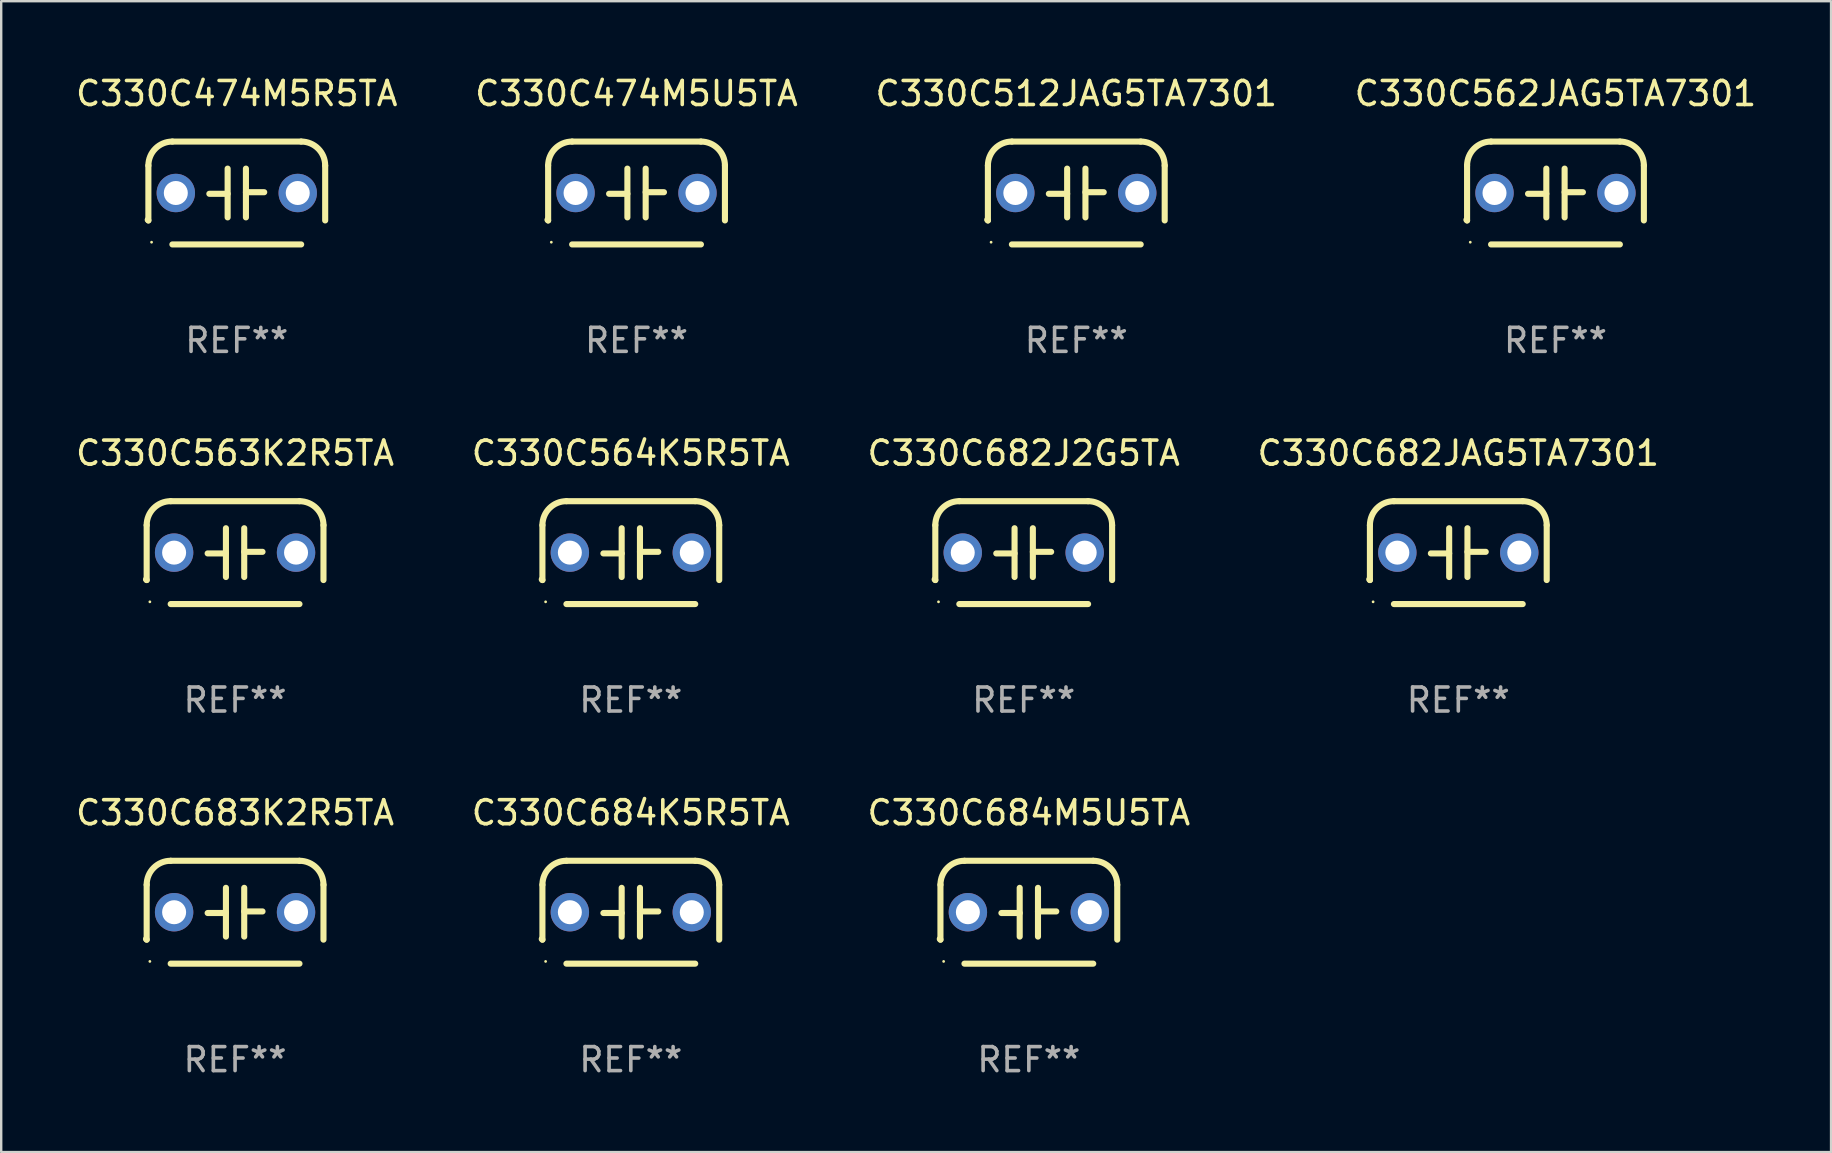
<source format=kicad_pcb>
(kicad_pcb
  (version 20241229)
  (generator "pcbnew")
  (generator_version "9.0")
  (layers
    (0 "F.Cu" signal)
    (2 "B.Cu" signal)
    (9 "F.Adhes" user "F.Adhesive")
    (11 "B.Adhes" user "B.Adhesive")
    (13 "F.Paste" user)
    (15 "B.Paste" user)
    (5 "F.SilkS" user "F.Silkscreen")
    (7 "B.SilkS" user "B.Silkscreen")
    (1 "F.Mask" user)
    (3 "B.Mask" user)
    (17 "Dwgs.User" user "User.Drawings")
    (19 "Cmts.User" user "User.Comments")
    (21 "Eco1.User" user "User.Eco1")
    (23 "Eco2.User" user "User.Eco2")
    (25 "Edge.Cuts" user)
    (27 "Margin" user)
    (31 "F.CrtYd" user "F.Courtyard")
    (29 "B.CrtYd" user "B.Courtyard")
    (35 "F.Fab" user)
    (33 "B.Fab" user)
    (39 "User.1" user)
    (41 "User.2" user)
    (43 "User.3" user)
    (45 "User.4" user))
  (footprint "C330C682J2G5TA"
    (layer "F.Cu")
    (at 39.601 19.974)
    (property "Reference" "C330C682J2G5TA" (at 0 -4.143 0) (layer "F.SilkS") (effects (font (size 1 1) (thickness 0.15))))
    (attr through_hole)
    (fp_line (start -3.683 -1.143) (end -3.683 1.143) (stroke (width 0.254) (type solid)) (layer "F.SilkS"))
    (fp_line (start -2.683 -2.143) (end 2.683 -2.143) (stroke (width 0.254) (type solid)) (layer "F.SilkS"))
    (fp_line (start -0.381 0.033) (end -1.143 0.033) (stroke (width 0.254) (type solid)) (layer "F.SilkS"))
    (fp_line (start -0.381 1.016) (end -0.381 -1.016) (stroke (width 0.254) (type solid)) (layer "F.SilkS"))
    (fp_line (start 0.381 -1.016) (end 0.381 1.016) (stroke (width 0.254) (type solid)) (layer "F.SilkS"))
    (fp_line (start 0.381 -0.033) (end 1.143 -0.033) (stroke (width 0.254) (type solid)) (layer "F.SilkS"))
    (fp_line (start 2.683 2.143) (end -2.683 2.143) (stroke (width 0.254) (type solid)) (layer "F.SilkS"))
    (fp_line (start 3.683 1.143) (end 3.683 -1.143) (stroke (width 0.254) (type solid)) (layer "F.SilkS"))
    (fp_arc (start -3.710292 1.115763) (mid -3.696656 1.129383) (end -3.68302 1.143002) (stroke (width 0.254001) (type solid)) (layer "F.SilkS"))
    (fp_arc (start -3.682994 -1.142977) (mid -3.390088 -1.850114) (end -2.682944 -2.143002) (stroke (width 0.254001) (type solid)) (layer "F.SilkS"))
    (fp_arc (start 2.682994 -2.143028) (mid 3.390106 -1.850122) (end 3.682995 -1.143002) (stroke (width 0.254001) (type solid)) (layer "F.SilkS"))
    (fp_circle (center -3.55 2.05) (end -3.52 2.05) (stroke (width 0.06) (type solid)) (fill no) (layer "F.SilkS"))
    (fp_text user "REF**" (at 0 6.143 0) (layer "F.Fab") (effects (font (size 1 1) (thickness 0.15))))
    (pad "1" thru_hole circle (at -2.54 0) (size 1.6 1.6) (drill 1) (layers "*.Cu" "*.Mask"))
    (pad "2" thru_hole circle (at 2.54 0) (size 1.6 1.6) (drill 1) (layers "*.Cu" "*.Mask")))
  (footprint "C330C684K5R5TA"
    (layer "F.Cu")
    (at 23.232 34.956)
    (property "Reference" "C330C684K5R5TA" (at 0 -4.143 0) (layer "F.SilkS") (effects (font (size 1 1) (thickness 0.15))))
    (attr through_hole)
    (fp_line (start -3.683 -1.143) (end -3.683 1.143) (stroke (width 0.254) (type solid)) (layer "F.SilkS"))
    (fp_line (start -2.683 -2.143) (end 2.683 -2.143) (stroke (width 0.254) (type solid)) (layer "F.SilkS"))
    (fp_line (start -0.381 0.033) (end -1.143 0.033) (stroke (width 0.254) (type solid)) (layer "F.SilkS"))
    (fp_line (start -0.381 1.016) (end -0.381 -1.016) (stroke (width 0.254) (type solid)) (layer "F.SilkS"))
    (fp_line (start 0.381 -1.016) (end 0.381 1.016) (stroke (width 0.254) (type solid)) (layer "F.SilkS"))
    (fp_line (start 0.381 -0.033) (end 1.143 -0.033) (stroke (width 0.254) (type solid)) (layer "F.SilkS"))
    (fp_line (start 2.683 2.143) (end -2.683 2.143) (stroke (width 0.254) (type solid)) (layer "F.SilkS"))
    (fp_line (start 3.683 1.143) (end 3.683 -1.143) (stroke (width 0.254) (type solid)) (layer "F.SilkS"))
    (fp_arc (start -3.710292 1.115763) (mid -3.696656 1.129383) (end -3.68302 1.143002) (stroke (width 0.254001) (type solid)) (layer "F.SilkS"))
    (fp_arc (start -3.682994 -1.142977) (mid -3.390088 -1.850114) (end -2.682944 -2.143002) (stroke (width 0.254001) (type solid)) (layer "F.SilkS"))
    (fp_arc (start 2.682994 -2.143028) (mid 3.390106 -1.850122) (end 3.682995 -1.143002) (stroke (width 0.254001) (type solid)) (layer "F.SilkS"))
    (fp_circle (center -3.55 2.05) (end -3.52 2.05) (stroke (width 0.06) (type solid)) (fill no) (layer "F.SilkS"))
    (fp_text user "REF**" (at 0 6.143 0) (layer "F.Fab") (effects (font (size 1 1) (thickness 0.15))))
    (pad "1" thru_hole circle (at -2.54 0) (size 1.6 1.6) (drill 1) (layers "*.Cu" "*.Mask"))
    (pad "2" thru_hole circle (at 2.54 0) (size 1.6 1.6) (drill 1) (layers "*.Cu" "*.Mask")))
  (footprint "C330C682JAG5TA7301"
    (layer "F.Cu")
    (at 57.708 19.974)
    (property "Reference" "C330C682JAG5TA7301" (at 0 -4.143 0) (layer "F.SilkS") (effects (font (size 1 1) (thickness 0.15))))
    (attr through_hole)
    (fp_line (start -3.683 -1.143) (end -3.683 1.143) (stroke (width 0.254) (type solid)) (layer "F.SilkS"))
    (fp_line (start -2.683 -2.143) (end 2.683 -2.143) (stroke (width 0.254) (type solid)) (layer "F.SilkS"))
    (fp_line (start -0.381 0.033) (end -1.143 0.033) (stroke (width 0.254) (type solid)) (layer "F.SilkS"))
    (fp_line (start -0.381 1.016) (end -0.381 -1.016) (stroke (width 0.254) (type solid)) (layer "F.SilkS"))
    (fp_line (start 0.381 -1.016) (end 0.381 1.016) (stroke (width 0.254) (type solid)) (layer "F.SilkS"))
    (fp_line (start 0.381 -0.033) (end 1.143 -0.033) (stroke (width 0.254) (type solid)) (layer "F.SilkS"))
    (fp_line (start 2.683 2.143) (end -2.683 2.143) (stroke (width 0.254) (type solid)) (layer "F.SilkS"))
    (fp_line (start 3.683 1.143) (end 3.683 -1.143) (stroke (width 0.254) (type solid)) (layer "F.SilkS"))
    (fp_arc (start -3.710292 1.115763) (mid -3.696656 1.129383) (end -3.68302 1.143002) (stroke (width 0.254001) (type solid)) (layer "F.SilkS"))
    (fp_arc (start -3.682994 -1.142977) (mid -3.390088 -1.850114) (end -2.682944 -2.143002) (stroke (width 0.254001) (type solid)) (layer "F.SilkS"))
    (fp_arc (start 2.682994 -2.143028) (mid 3.390106 -1.850122) (end 3.682995 -1.143002) (stroke (width 0.254001) (type solid)) (layer "F.SilkS"))
    (fp_circle (center -3.55 2.05) (end -3.52 2.05) (stroke (width 0.06) (type solid)) (fill no) (layer "F.SilkS"))
    (fp_text user "REF**" (at 0 6.143 0) (layer "F.Fab") (effects (font (size 1 1) (thickness 0.15))))
    (pad "1" thru_hole circle (at -2.54 0) (size 1.6 1.6) (drill 1) (layers "*.Cu" "*.Mask"))
    (pad "2" thru_hole circle (at 2.54 0) (size 1.6 1.6) (drill 1) (layers "*.Cu" "*.Mask")))
  (footprint "C330C683K2R5TA"
    (layer "F.Cu")
    (at 6.744 34.956)
    (property "Reference" "C330C683K2R5TA" (at 0 -4.143 0) (layer "F.SilkS") (effects (font (size 1 1) (thickness 0.15))))
    (attr through_hole)
    (fp_line (start -3.683 -1.143) (end -3.683 1.143) (stroke (width 0.254) (type solid)) (layer "F.SilkS"))
    (fp_line (start -2.683 -2.143) (end 2.683 -2.143) (stroke (width 0.254) (type solid)) (layer "F.SilkS"))
    (fp_line (start -0.381 0.033) (end -1.143 0.033) (stroke (width 0.254) (type solid)) (layer "F.SilkS"))
    (fp_line (start -0.381 1.016) (end -0.381 -1.016) (stroke (width 0.254) (type solid)) (layer "F.SilkS"))
    (fp_line (start 0.381 -1.016) (end 0.381 1.016) (stroke (width 0.254) (type solid)) (layer "F.SilkS"))
    (fp_line (start 0.381 -0.033) (end 1.143 -0.033) (stroke (width 0.254) (type solid)) (layer "F.SilkS"))
    (fp_line (start 2.683 2.143) (end -2.683 2.143) (stroke (width 0.254) (type solid)) (layer "F.SilkS"))
    (fp_line (start 3.683 1.143) (end 3.683 -1.143) (stroke (width 0.254) (type solid)) (layer "F.SilkS"))
    (fp_arc (start -3.710292 1.115763) (mid -3.696656 1.129383) (end -3.68302 1.143002) (stroke (width 0.254001) (type solid)) (layer "F.SilkS"))
    (fp_arc (start -3.682994 -1.142977) (mid -3.390088 -1.850114) (end -2.682944 -2.143002) (stroke (width 0.254001) (type solid)) (layer "F.SilkS"))
    (fp_arc (start 2.682994 -2.143028) (mid 3.390106 -1.850122) (end 3.682995 -1.143002) (stroke (width 0.254001) (type solid)) (layer "F.SilkS"))
    (fp_circle (center -3.55 2.05) (end -3.52 2.05) (stroke (width 0.06) (type solid)) (fill no) (layer "F.SilkS"))
    (fp_text user "REF**" (at 0 6.143 0) (layer "F.Fab") (effects (font (size 1 1) (thickness 0.15))))
    (pad "1" thru_hole circle (at -2.54 0) (size 1.6 1.6) (drill 1) (layers "*.Cu" "*.Mask"))
    (pad "2" thru_hole circle (at 2.54 0) (size 1.6 1.6) (drill 1) (layers "*.Cu" "*.Mask")))
  (footprint "C330C474M5R5TA"
    (layer "F.Cu")
    (at 6.815 4.991)
    (property "Reference" "C330C474M5R5TA" (at 0 -4.143 0) (layer "F.SilkS") (effects (font (size 1 1) (thickness 0.15))))
    (attr through_hole)
    (fp_line (start -3.683 -1.143) (end -3.683 1.143) (stroke (width 0.254) (type solid)) (layer "F.SilkS"))
    (fp_line (start -2.683 -2.143) (end 2.683 -2.143) (stroke (width 0.254) (type solid)) (layer "F.SilkS"))
    (fp_line (start -0.381 0.033) (end -1.143 0.033) (stroke (width 0.254) (type solid)) (layer "F.SilkS"))
    (fp_line (start -0.381 1.016) (end -0.381 -1.016) (stroke (width 0.254) (type solid)) (layer "F.SilkS"))
    (fp_line (start 0.381 -1.016) (end 0.381 1.016) (stroke (width 0.254) (type solid)) (layer "F.SilkS"))
    (fp_line (start 0.381 -0.033) (end 1.143 -0.033) (stroke (width 0.254) (type solid)) (layer "F.SilkS"))
    (fp_line (start 2.683 2.143) (end -2.683 2.143) (stroke (width 0.254) (type solid)) (layer "F.SilkS"))
    (fp_line (start 3.683 1.143) (end 3.683 -1.143) (stroke (width 0.254) (type solid)) (layer "F.SilkS"))
    (fp_arc (start -3.710292 1.115763) (mid -3.696656 1.129383) (end -3.68302 1.143002) (stroke (width 0.254001) (type solid)) (layer "F.SilkS"))
    (fp_arc (start -3.682994 -1.142977) (mid -3.390088 -1.850114) (end -2.682944 -2.143002) (stroke (width 0.254001) (type solid)) (layer "F.SilkS"))
    (fp_arc (start 2.682994 -2.143028) (mid 3.390106 -1.850122) (end 3.682995 -1.143002) (stroke (width 0.254001) (type solid)) (layer "F.SilkS"))
    (fp_circle (center -3.55 2.05) (end -3.52 2.05) (stroke (width 0.06) (type solid)) (fill no) (layer "F.SilkS"))
    (fp_text user "REF**" (at 0 6.143 0) (layer "F.Fab") (effects (font (size 1 1) (thickness 0.15))))
    (pad "1" thru_hole circle (at -2.54 0) (size 1.6 1.6) (drill 1) (layers "*.Cu" "*.Mask"))
    (pad "2" thru_hole circle (at 2.54 0) (size 1.6 1.6) (drill 1) (layers "*.Cu" "*.Mask")))
  (footprint "C330C684M5U5TA"
    (layer "F.Cu")
    (at 39.815 34.956)
    (property "Reference" "C330C684M5U5TA" (at 0 -4.143 0) (layer "F.SilkS") (effects (font (size 1 1) (thickness 0.15))))
    (attr through_hole)
    (fp_line (start -3.683 -1.143) (end -3.683 1.143) (stroke (width 0.254) (type solid)) (layer "F.SilkS"))
    (fp_line (start -2.683 -2.143) (end 2.683 -2.143) (stroke (width 0.254) (type solid)) (layer "F.SilkS"))
    (fp_line (start -0.381 0.033) (end -1.143 0.033) (stroke (width 0.254) (type solid)) (layer "F.SilkS"))
    (fp_line (start -0.381 1.016) (end -0.381 -1.016) (stroke (width 0.254) (type solid)) (layer "F.SilkS"))
    (fp_line (start 0.381 -1.016) (end 0.381 1.016) (stroke (width 0.254) (type solid)) (layer "F.SilkS"))
    (fp_line (start 0.381 -0.033) (end 1.143 -0.033) (stroke (width 0.254) (type solid)) (layer "F.SilkS"))
    (fp_line (start 2.683 2.143) (end -2.683 2.143) (stroke (width 0.254) (type solid)) (layer "F.SilkS"))
    (fp_line (start 3.683 1.143) (end 3.683 -1.143) (stroke (width 0.254) (type solid)) (layer "F.SilkS"))
    (fp_arc (start -3.710292 1.115763) (mid -3.696656 1.129383) (end -3.68302 1.143002) (stroke (width 0.254001) (type solid)) (layer "F.SilkS"))
    (fp_arc (start -3.682994 -1.142977) (mid -3.390088 -1.850114) (end -2.682944 -2.143002) (stroke (width 0.254001) (type solid)) (layer "F.SilkS"))
    (fp_arc (start 2.682994 -2.143028) (mid 3.390106 -1.850122) (end 3.682995 -1.143002) (stroke (width 0.254001) (type solid)) (layer "F.SilkS"))
    (fp_circle (center -3.55 2.05) (end -3.52 2.05) (stroke (width 0.06) (type solid)) (fill no) (layer "F.SilkS"))
    (fp_text user "REF**" (at 0 6.143 0) (layer "F.Fab") (effects (font (size 1 1) (thickness 0.15))))
    (pad "1" thru_hole circle (at -2.54 0) (size 1.6 1.6) (drill 1) (layers "*.Cu" "*.Mask"))
    (pad "2" thru_hole circle (at 2.54 0) (size 1.6 1.6) (drill 1) (layers "*.Cu" "*.Mask")))
  (footprint "C330C474M5U5TA"
    (layer "F.Cu")
    (at 23.47 4.991)
    (property "Reference" "C330C474M5U5TA" (at 0 -4.143 0) (layer "F.SilkS") (effects (font (size 1 1) (thickness 0.15))))
    (attr through_hole)
    (fp_line (start -3.683 -1.143) (end -3.683 1.143) (stroke (width 0.254) (type solid)) (layer "F.SilkS"))
    (fp_line (start -2.683 -2.143) (end 2.683 -2.143) (stroke (width 0.254) (type solid)) (layer "F.SilkS"))
    (fp_line (start -0.381 0.033) (end -1.143 0.033) (stroke (width 0.254) (type solid)) (layer "F.SilkS"))
    (fp_line (start -0.381 1.016) (end -0.381 -1.016) (stroke (width 0.254) (type solid)) (layer "F.SilkS"))
    (fp_line (start 0.381 -1.016) (end 0.381 1.016) (stroke (width 0.254) (type solid)) (layer "F.SilkS"))
    (fp_line (start 0.381 -0.033) (end 1.143 -0.033) (stroke (width 0.254) (type solid)) (layer "F.SilkS"))
    (fp_line (start 2.683 2.143) (end -2.683 2.143) (stroke (width 0.254) (type solid)) (layer "F.SilkS"))
    (fp_line (start 3.683 1.143) (end 3.683 -1.143) (stroke (width 0.254) (type solid)) (layer "F.SilkS"))
    (fp_arc (start -3.710292 1.115763) (mid -3.696656 1.129383) (end -3.68302 1.143002) (stroke (width 0.254001) (type solid)) (layer "F.SilkS"))
    (fp_arc (start -3.682994 -1.142977) (mid -3.390088 -1.850114) (end -2.682944 -2.143002) (stroke (width 0.254001) (type solid)) (layer "F.SilkS"))
    (fp_arc (start 2.682994 -2.143028) (mid 3.390106 -1.850122) (end 3.682995 -1.143002) (stroke (width 0.254001) (type solid)) (layer "F.SilkS"))
    (fp_circle (center -3.55 2.05) (end -3.52 2.05) (stroke (width 0.06) (type solid)) (fill no) (layer "F.SilkS"))
    (fp_text user "REF**" (at 0 6.143 0) (layer "F.Fab") (effects (font (size 1 1) (thickness 0.15))))
    (pad "1" thru_hole circle (at -2.54 0) (size 1.6 1.6) (drill 1) (layers "*.Cu" "*.Mask"))
    (pad "2" thru_hole circle (at 2.54 0) (size 1.6 1.6) (drill 1) (layers "*.Cu" "*.Mask")))
  (footprint "C330C564K5R5TA"
    (layer "F.Cu")
    (at 23.232 19.974)
    (property "Reference" "C330C564K5R5TA" (at 0 -4.143 0) (layer "F.SilkS") (effects (font (size 1 1) (thickness 0.15))))
    (attr through_hole)
    (fp_line (start -3.683 -1.143) (end -3.683 1.143) (stroke (width 0.254) (type solid)) (layer "F.SilkS"))
    (fp_line (start -2.683 -2.143) (end 2.683 -2.143) (stroke (width 0.254) (type solid)) (layer "F.SilkS"))
    (fp_line (start -0.381 0.033) (end -1.143 0.033) (stroke (width 0.254) (type solid)) (layer "F.SilkS"))
    (fp_line (start -0.381 1.016) (end -0.381 -1.016) (stroke (width 0.254) (type solid)) (layer "F.SilkS"))
    (fp_line (start 0.381 -1.016) (end 0.381 1.016) (stroke (width 0.254) (type solid)) (layer "F.SilkS"))
    (fp_line (start 0.381 -0.033) (end 1.143 -0.033) (stroke (width 0.254) (type solid)) (layer "F.SilkS"))
    (fp_line (start 2.683 2.143) (end -2.683 2.143) (stroke (width 0.254) (type solid)) (layer "F.SilkS"))
    (fp_line (start 3.683 1.143) (end 3.683 -1.143) (stroke (width 0.254) (type solid)) (layer "F.SilkS"))
    (fp_arc (start -3.710292 1.115763) (mid -3.696656 1.129383) (end -3.68302 1.143002) (stroke (width 0.254001) (type solid)) (layer "F.SilkS"))
    (fp_arc (start -3.682994 -1.142977) (mid -3.390088 -1.850114) (end -2.682944 -2.143002) (stroke (width 0.254001) (type solid)) (layer "F.SilkS"))
    (fp_arc (start 2.682994 -2.143028) (mid 3.390106 -1.850122) (end 3.682995 -1.143002) (stroke (width 0.254001) (type solid)) (layer "F.SilkS"))
    (fp_circle (center -3.55 2.05) (end -3.52 2.05) (stroke (width 0.06) (type solid)) (fill no) (layer "F.SilkS"))
    (fp_text user "REF**" (at 0 6.143 0) (layer "F.Fab") (effects (font (size 1 1) (thickness 0.15))))
    (pad "1" thru_hole circle (at -2.54 0) (size 1.6 1.6) (drill 1) (layers "*.Cu" "*.Mask"))
    (pad "2" thru_hole circle (at 2.54 0) (size 1.6 1.6) (drill 1) (layers "*.Cu" "*.Mask")))
  (footprint "C330C512JAG5TA7301"
    (layer "F.Cu")
    (at 41.792 4.991)
    (property "Reference" "C330C512JAG5TA7301" (at 0 -4.143 0) (layer "F.SilkS") (effects (font (size 1 1) (thickness 0.15))))
    (attr through_hole)
    (fp_line (start -3.683 -1.143) (end -3.683 1.143) (stroke (width 0.254) (type solid)) (layer "F.SilkS"))
    (fp_line (start -2.683 -2.143) (end 2.683 -2.143) (stroke (width 0.254) (type solid)) (layer "F.SilkS"))
    (fp_line (start -0.381 0.033) (end -1.143 0.033) (stroke (width 0.254) (type solid)) (layer "F.SilkS"))
    (fp_line (start -0.381 1.016) (end -0.381 -1.016) (stroke (width 0.254) (type solid)) (layer "F.SilkS"))
    (fp_line (start 0.381 -1.016) (end 0.381 1.016) (stroke (width 0.254) (type solid)) (layer "F.SilkS"))
    (fp_line (start 0.381 -0.033) (end 1.143 -0.033) (stroke (width 0.254) (type solid)) (layer "F.SilkS"))
    (fp_line (start 2.683 2.143) (end -2.683 2.143) (stroke (width 0.254) (type solid)) (layer "F.SilkS"))
    (fp_line (start 3.683 1.143) (end 3.683 -1.143) (stroke (width 0.254) (type solid)) (layer "F.SilkS"))
    (fp_arc (start -3.710292 1.115763) (mid -3.696656 1.129383) (end -3.68302 1.143002) (stroke (width 0.254001) (type solid)) (layer "F.SilkS"))
    (fp_arc (start -3.682994 -1.142977) (mid -3.390088 -1.850114) (end -2.682944 -2.143002) (stroke (width 0.254001) (type solid)) (layer "F.SilkS"))
    (fp_arc (start 2.682994 -2.143028) (mid 3.390106 -1.850122) (end 3.682995 -1.143002) (stroke (width 0.254001) (type solid)) (layer "F.SilkS"))
    (fp_circle (center -3.55 2.05) (end -3.52 2.05) (stroke (width 0.06) (type solid)) (fill no) (layer "F.SilkS"))
    (fp_text user "REF**" (at 0 6.143 0) (layer "F.Fab") (effects (font (size 1 1) (thickness 0.15))))
    (pad "1" thru_hole circle (at -2.54 0) (size 1.6 1.6) (drill 1) (layers "*.Cu" "*.Mask"))
    (pad "2" thru_hole circle (at 2.54 0) (size 1.6 1.6) (drill 1) (layers "*.Cu" "*.Mask")))
  (footprint "C330C562JAG5TA7301"
    (layer "F.Cu")
    (at 61.756 4.991)
    (property "Reference" "C330C562JAG5TA7301" (at 0 -4.143 0) (layer "F.SilkS") (effects (font (size 1 1) (thickness 0.15))))
    (attr through_hole)
    (fp_line (start -3.683 -1.143) (end -3.683 1.143) (stroke (width 0.254) (type solid)) (layer "F.SilkS"))
    (fp_line (start -2.683 -2.143) (end 2.683 -2.143) (stroke (width 0.254) (type solid)) (layer "F.SilkS"))
    (fp_line (start -0.381 0.033) (end -1.143 0.033) (stroke (width 0.254) (type solid)) (layer "F.SilkS"))
    (fp_line (start -0.381 1.016) (end -0.381 -1.016) (stroke (width 0.254) (type solid)) (layer "F.SilkS"))
    (fp_line (start 0.381 -1.016) (end 0.381 1.016) (stroke (width 0.254) (type solid)) (layer "F.SilkS"))
    (fp_line (start 0.381 -0.033) (end 1.143 -0.033) (stroke (width 0.254) (type solid)) (layer "F.SilkS"))
    (fp_line (start 2.683 2.143) (end -2.683 2.143) (stroke (width 0.254) (type solid)) (layer "F.SilkS"))
    (fp_line (start 3.683 1.143) (end 3.683 -1.143) (stroke (width 0.254) (type solid)) (layer "F.SilkS"))
    (fp_arc (start -3.710292 1.115763) (mid -3.696656 1.129383) (end -3.68302 1.143002) (stroke (width 0.254001) (type solid)) (layer "F.SilkS"))
    (fp_arc (start -3.682994 -1.142977) (mid -3.390088 -1.850114) (end -2.682944 -2.143002) (stroke (width 0.254001) (type solid)) (layer "F.SilkS"))
    (fp_arc (start 2.682994 -2.143028) (mid 3.390106 -1.850122) (end 3.682995 -1.143002) (stroke (width 0.254001) (type solid)) (layer "F.SilkS"))
    (fp_circle (center -3.55 2.05) (end -3.52 2.05) (stroke (width 0.06) (type solid)) (fill no) (layer "F.SilkS"))
    (fp_text user "REF**" (at 0 6.143 0) (layer "F.Fab") (effects (font (size 1 1) (thickness 0.15))))
    (pad "1" thru_hole circle (at -2.54 0) (size 1.6 1.6) (drill 1) (layers "*.Cu" "*.Mask"))
    (pad "2" thru_hole circle (at 2.54 0) (size 1.6 1.6) (drill 1) (layers "*.Cu" "*.Mask")))
  (footprint "C330C563K2R5TA"
    (layer "F.Cu")
    (at 6.744 19.974)
    (property "Reference" "C330C563K2R5TA" (at 0 -4.143 0) (layer "F.SilkS") (effects (font (size 1 1) (thickness 0.15))))
    (attr through_hole)
    (fp_line (start -3.683 -1.143) (end -3.683 1.143) (stroke (width 0.254) (type solid)) (layer "F.SilkS"))
    (fp_line (start -2.683 -2.143) (end 2.683 -2.143) (stroke (width 0.254) (type solid)) (layer "F.SilkS"))
    (fp_line (start -0.381 0.033) (end -1.143 0.033) (stroke (width 0.254) (type solid)) (layer "F.SilkS"))
    (fp_line (start -0.381 1.016) (end -0.381 -1.016) (stroke (width 0.254) (type solid)) (layer "F.SilkS"))
    (fp_line (start 0.381 -1.016) (end 0.381 1.016) (stroke (width 0.254) (type solid)) (layer "F.SilkS"))
    (fp_line (start 0.381 -0.033) (end 1.143 -0.033) (stroke (width 0.254) (type solid)) (layer "F.SilkS"))
    (fp_line (start 2.683 2.143) (end -2.683 2.143) (stroke (width 0.254) (type solid)) (layer "F.SilkS"))
    (fp_line (start 3.683 1.143) (end 3.683 -1.143) (stroke (width 0.254) (type solid)) (layer "F.SilkS"))
    (fp_arc (start -3.710292 1.115763) (mid -3.696656 1.129383) (end -3.68302 1.143002) (stroke (width 0.254001) (type solid)) (layer "F.SilkS"))
    (fp_arc (start -3.682994 -1.142977) (mid -3.390088 -1.850114) (end -2.682944 -2.143002) (stroke (width 0.254001) (type solid)) (layer "F.SilkS"))
    (fp_arc (start 2.682994 -2.143028) (mid 3.390106 -1.850122) (end 3.682995 -1.143002) (stroke (width 0.254001) (type solid)) (layer "F.SilkS"))
    (fp_circle (center -3.55 2.05) (end -3.52 2.05) (stroke (width 0.06) (type solid)) (fill no) (layer "F.SilkS"))
    (fp_text user "REF**" (at 0 6.143 0) (layer "F.Fab") (effects (font (size 1 1) (thickness 0.15))))
    (pad "1" thru_hole circle (at -2.54 0) (size 1.6 1.6) (drill 1) (layers "*.Cu" "*.Mask"))
    (pad "2" thru_hole circle (at 2.54 0) (size 1.6 1.6) (drill 1) (layers "*.Cu" "*.Mask")))
  (gr_rect
    (start -3 -3)
    (end 73.238 44.948)
    (stroke (width 0.1) (type default))
    (fill no)
    (layer "Edge.Cuts")))
</source>
